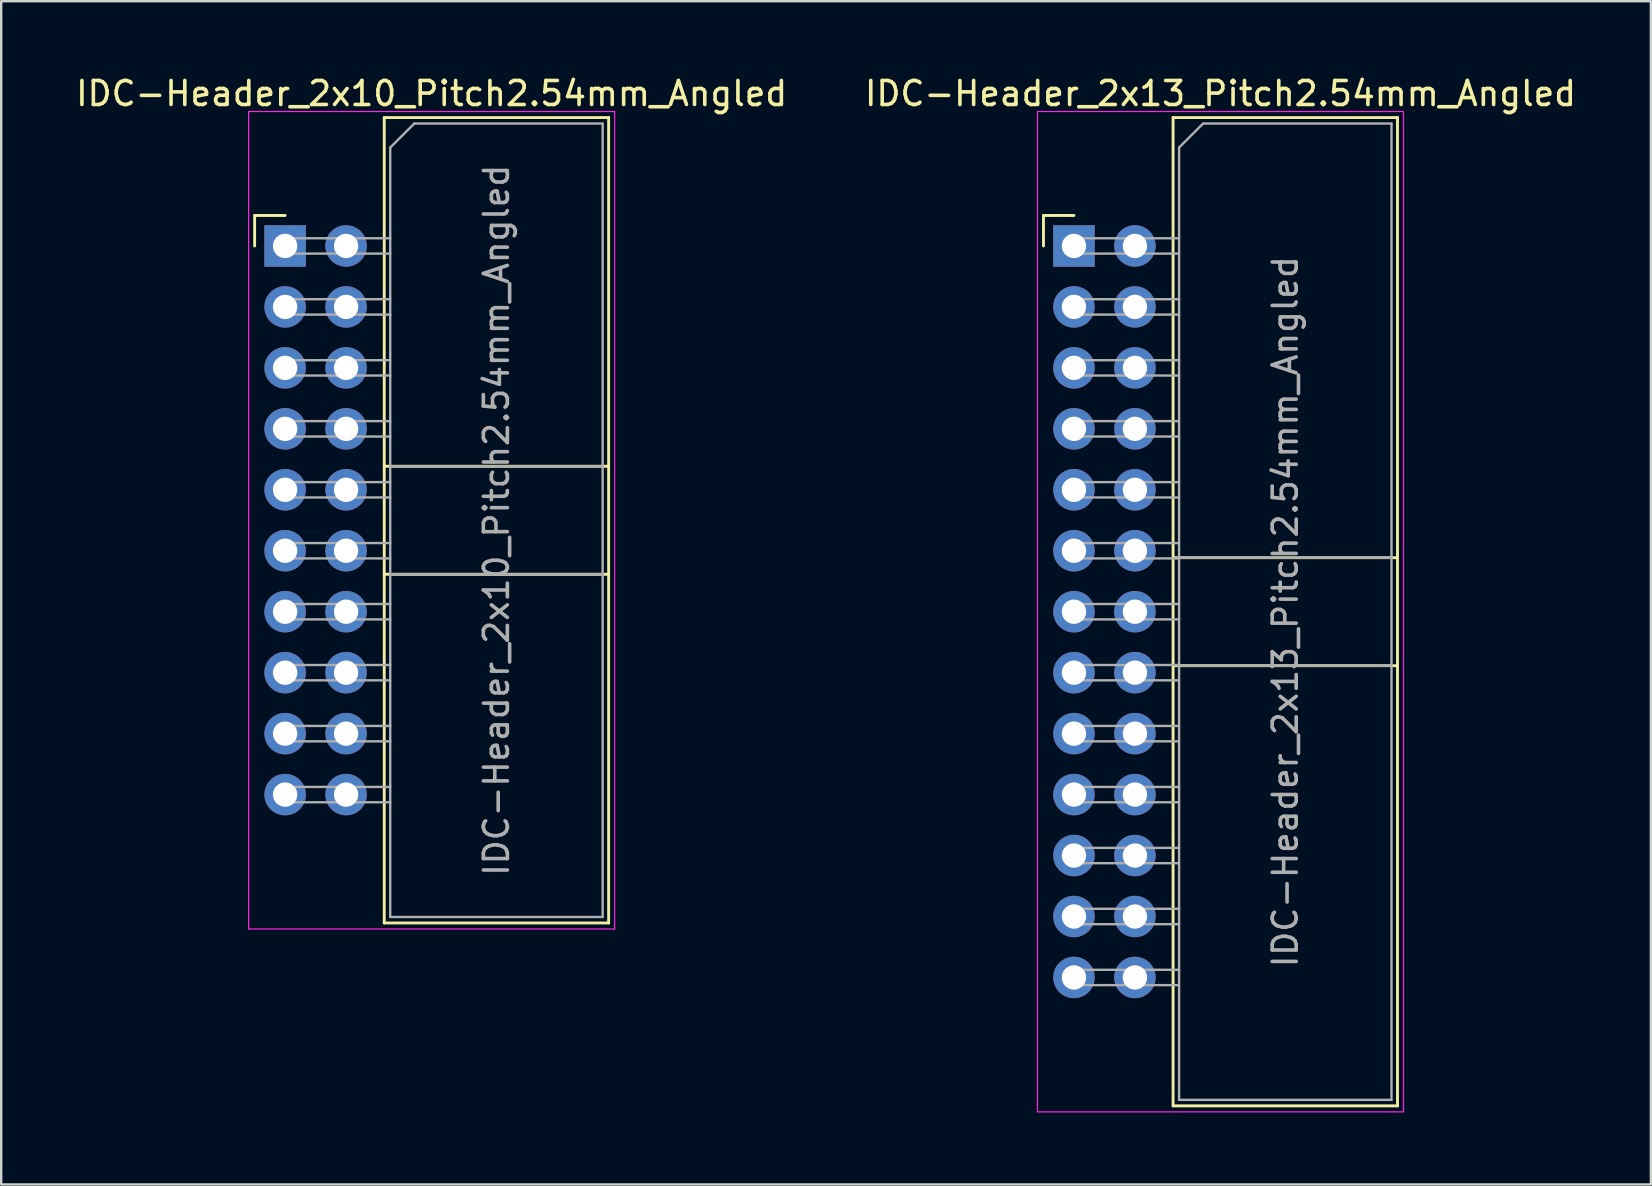
<source format=kicad_pcb>
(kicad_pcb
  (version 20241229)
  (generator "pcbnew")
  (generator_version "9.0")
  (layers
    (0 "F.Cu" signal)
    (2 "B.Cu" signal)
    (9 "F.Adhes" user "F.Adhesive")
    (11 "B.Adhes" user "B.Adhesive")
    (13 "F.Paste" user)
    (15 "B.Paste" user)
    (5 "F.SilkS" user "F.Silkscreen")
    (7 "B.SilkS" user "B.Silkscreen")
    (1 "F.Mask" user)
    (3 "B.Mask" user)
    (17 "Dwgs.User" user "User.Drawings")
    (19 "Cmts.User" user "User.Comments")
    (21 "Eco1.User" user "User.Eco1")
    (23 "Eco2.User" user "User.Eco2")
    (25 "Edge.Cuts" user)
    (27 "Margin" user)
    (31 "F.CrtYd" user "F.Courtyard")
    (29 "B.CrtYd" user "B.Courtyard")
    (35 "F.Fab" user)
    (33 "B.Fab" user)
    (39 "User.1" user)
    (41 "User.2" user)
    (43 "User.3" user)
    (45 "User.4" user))
  (footprint "IDC-Header_2x10_Pitch2.54mm_Angled"
    (layer "F.Cu")
    (at 8.83 7.198)
    (property "Reference" "IDC-Header_2x10_Pitch2.54mm_Angled" (at 6.105 -6.35 0) (layer "F.SilkS") (effects (font (size 1 1) (thickness 0.15))))
    (attr through_hole)
    (fp_line (start -1.27 -1.27) (end -1.27 0) (stroke (width 0.12) (type solid)) (layer "F.SilkS"))
    (fp_line (start 0 -1.27) (end -1.27 -1.27) (stroke (width 0.12) (type solid)) (layer "F.SilkS"))
    (fp_line (start 4.13 -5.35) (end 13.48 -5.35) (stroke (width 0.12) (type solid)) (layer "F.SilkS"))
    (fp_line (start 4.13 9.18) (end 13.48 9.18) (stroke (width 0.12) (type solid)) (layer "F.SilkS"))
    (fp_line (start 4.13 13.68) (end 13.48 13.68) (stroke (width 0.12) (type solid)) (layer "F.SilkS"))
    (fp_line (start 4.13 28.21) (end 4.13 -5.35) (stroke (width 0.12) (type solid)) (layer "F.SilkS"))
    (fp_line (start 4.13 28.21) (end 13.48 28.21) (stroke (width 0.12) (type solid)) (layer "F.SilkS"))
    (fp_line (start 13.48 -5.35) (end 13.48 28.21) (stroke (width 0.12) (type solid)) (layer "F.SilkS"))
    (fp_line (start -1.52 -5.6) (end 13.73 -5.6) (stroke (width 0.05) (type solid)) (layer "F.CrtYd"))
    (fp_line (start -1.52 28.46) (end -1.52 -5.6) (stroke (width 0.05) (type solid)) (layer "F.CrtYd"))
    (fp_line (start 13.73 -5.6) (end 13.73 28.46) (stroke (width 0.05) (type solid)) (layer "F.CrtYd"))
    (fp_line (start 13.73 28.46) (end -1.52 28.46) (stroke (width 0.05) (type solid)) (layer "F.CrtYd"))
    (fp_line (start -0.32 -0.32) (end -0.32 0.32) (stroke (width 0.1) (type solid)) (layer "F.Fab"))
    (fp_line (start -0.32 0.32) (end 4.38 0.32) (stroke (width 0.1) (type solid)) (layer "F.Fab"))
    (fp_line (start -0.32 2.22) (end -0.32 2.86) (stroke (width 0.1) (type solid)) (layer "F.Fab"))
    (fp_line (start -0.32 2.86) (end 4.38 2.86) (stroke (width 0.1) (type solid)) (layer "F.Fab"))
    (fp_line (start -0.32 4.76) (end -0.32 5.4) (stroke (width 0.1) (type solid)) (layer "F.Fab"))
    (fp_line (start -0.32 5.4) (end 4.38 5.4) (stroke (width 0.1) (type solid)) (layer "F.Fab"))
    (fp_line (start -0.32 7.3) (end -0.32 7.94) (stroke (width 0.1) (type solid)) (layer "F.Fab"))
    (fp_line (start -0.32 7.94) (end 4.38 7.94) (stroke (width 0.1) (type solid)) (layer "F.Fab"))
    (fp_line (start -0.32 9.84) (end -0.32 10.48) (stroke (width 0.1) (type solid)) (layer "F.Fab"))
    (fp_line (start -0.32 10.48) (end 4.38 10.48) (stroke (width 0.1) (type solid)) (layer "F.Fab"))
    (fp_line (start -0.32 12.38) (end -0.32 13.02) (stroke (width 0.1) (type solid)) (layer "F.Fab"))
    (fp_line (start -0.32 13.02) (end 4.38 13.02) (stroke (width 0.1) (type solid)) (layer "F.Fab"))
    (fp_line (start -0.32 14.92) (end -0.32 15.56) (stroke (width 0.1) (type solid)) (layer "F.Fab"))
    (fp_line (start -0.32 15.56) (end 4.38 15.56) (stroke (width 0.1) (type solid)) (layer "F.Fab"))
    (fp_line (start -0.32 17.46) (end -0.32 18.1) (stroke (width 0.1) (type solid)) (layer "F.Fab"))
    (fp_line (start -0.32 18.1) (end 4.38 18.1) (stroke (width 0.1) (type solid)) (layer "F.Fab"))
    (fp_line (start -0.32 20) (end -0.32 20.64) (stroke (width 0.1) (type solid)) (layer "F.Fab"))
    (fp_line (start -0.32 20.64) (end 4.38 20.64) (stroke (width 0.1) (type solid)) (layer "F.Fab"))
    (fp_line (start -0.32 22.54) (end -0.32 23.18) (stroke (width 0.1) (type solid)) (layer "F.Fab"))
    (fp_line (start -0.32 23.18) (end 4.38 23.18) (stroke (width 0.1) (type solid)) (layer "F.Fab"))
    (fp_line (start 4.38 -4.1) (end 5.38 -5.1) (stroke (width 0.1) (type solid)) (layer "F.Fab"))
    (fp_line (start 4.38 -0.32) (end -0.32 -0.32) (stroke (width 0.1) (type solid)) (layer "F.Fab"))
    (fp_line (start 4.38 2.22) (end -0.32 2.22) (stroke (width 0.1) (type solid)) (layer "F.Fab"))
    (fp_line (start 4.38 4.76) (end -0.32 4.76) (stroke (width 0.1) (type solid)) (layer "F.Fab"))
    (fp_line (start 4.38 7.3) (end -0.32 7.3) (stroke (width 0.1) (type solid)) (layer "F.Fab"))
    (fp_line (start 4.38 9.18) (end 13.23 9.18) (stroke (width 0.1) (type solid)) (layer "F.Fab"))
    (fp_line (start 4.38 9.84) (end -0.32 9.84) (stroke (width 0.1) (type solid)) (layer "F.Fab"))
    (fp_line (start 4.38 12.38) (end -0.32 12.38) (stroke (width 0.1) (type solid)) (layer "F.Fab"))
    (fp_line (start 4.38 13.68) (end 13.23 13.68) (stroke (width 0.1) (type solid)) (layer "F.Fab"))
    (fp_line (start 4.38 14.92) (end -0.32 14.92) (stroke (width 0.1) (type solid)) (layer "F.Fab"))
    (fp_line (start 4.38 17.46) (end -0.32 17.46) (stroke (width 0.1) (type solid)) (layer "F.Fab"))
    (fp_line (start 4.38 20) (end -0.32 20) (stroke (width 0.1) (type solid)) (layer "F.Fab"))
    (fp_line (start 4.38 22.54) (end -0.32 22.54) (stroke (width 0.1) (type solid)) (layer "F.Fab"))
    (fp_line (start 4.38 27.96) (end 4.38 -4.1) (stroke (width 0.1) (type solid)) (layer "F.Fab"))
    (fp_line (start 4.38 27.96) (end 13.23 27.96) (stroke (width 0.1) (type solid)) (layer "F.Fab"))
    (fp_line (start 5.38 -5.1) (end 13.23 -5.1) (stroke (width 0.1) (type solid)) (layer "F.Fab"))
    (fp_line (start 13.23 27.96) (end 13.23 -5.1) (stroke (width 0.1) (type solid)) (layer "F.Fab"))
    (fp_text user "${REFERENCE}" (at 8.805 11.43 90) (layer "F.Fab") (effects (font (size 1 1) (thickness 0.15))))
    (pad "1" thru_hole rect (at 0 0) (size 1.727 1.727) (drill 1.016) (layers "*.Cu" "*.Mask"))
    (pad "2" thru_hole oval (at 2.54 0) (size 1.727 1.727) (drill 1.016) (layers "*.Cu" "*.Mask"))
    (pad "3" thru_hole oval (at 0 2.54) (size 1.727 1.727) (drill 1.016) (layers "*.Cu" "*.Mask"))
    (pad "4" thru_hole oval (at 2.54 2.54) (size 1.727 1.727) (drill 1.016) (layers "*.Cu" "*.Mask"))
    (pad "5" thru_hole oval (at 0 5.08) (size 1.727 1.727) (drill 1.016) (layers "*.Cu" "*.Mask"))
    (pad "6" thru_hole oval (at 2.54 5.08) (size 1.727 1.727) (drill 1.016) (layers "*.Cu" "*.Mask"))
    (pad "7" thru_hole oval (at 0 7.62) (size 1.727 1.727) (drill 1.016) (layers "*.Cu" "*.Mask"))
    (pad "8" thru_hole oval (at 2.54 7.62) (size 1.727 1.727) (drill 1.016) (layers "*.Cu" "*.Mask"))
    (pad "9" thru_hole oval (at 0 10.16) (size 1.727 1.727) (drill 1.016) (layers "*.Cu" "*.Mask"))
    (pad "10" thru_hole oval (at 2.54 10.16) (size 1.727 1.727) (drill 1.016) (layers "*.Cu" "*.Mask"))
    (pad "11" thru_hole oval (at 0 12.7) (size 1.727 1.727) (drill 1.016) (layers "*.Cu" "*.Mask"))
    (pad "12" thru_hole oval (at 2.54 12.7) (size 1.727 1.727) (drill 1.016) (layers "*.Cu" "*.Mask"))
    (pad "13" thru_hole oval (at 0 15.24) (size 1.727 1.727) (drill 1.016) (layers "*.Cu" "*.Mask"))
    (pad "14" thru_hole oval (at 2.54 15.24) (size 1.727 1.727) (drill 1.016) (layers "*.Cu" "*.Mask"))
    (pad "15" thru_hole oval (at 0 17.78) (size 1.727 1.727) (drill 1.016) (layers "*.Cu" "*.Mask"))
    (pad "16" thru_hole oval (at 2.54 17.78) (size 1.727 1.727) (drill 1.016) (layers "*.Cu" "*.Mask"))
    (pad "17" thru_hole oval (at 0 20.32) (size 1.727 1.727) (drill 1.016) (layers "*.Cu" "*.Mask"))
    (pad "18" thru_hole oval (at 2.54 20.32) (size 1.727 1.727) (drill 1.016) (layers "*.Cu" "*.Mask"))
    (pad "19" thru_hole oval (at 0 22.86) (size 1.727 1.727) (drill 1.016) (layers "*.Cu" "*.Mask"))
    (pad "20" thru_hole oval (at 2.54 22.86) (size 1.727 1.727) (drill 1.016) (layers "*.Cu" "*.Mask")))
  (footprint "IDC-Header_2x13_Pitch2.54mm_Angled"
    (layer "F.Cu")
    (at 41.699 7.198)
    (property "Reference" "IDC-Header_2x13_Pitch2.54mm_Angled" (at 6.105 -6.35 0) (layer "F.SilkS") (effects (font (size 1 1) (thickness 0.15))))
    (attr through_hole)
    (fp_line (start -1.27 -1.27) (end -1.27 0) (stroke (width 0.12) (type solid)) (layer "F.SilkS"))
    (fp_line (start 0 -1.27) (end -1.27 -1.27) (stroke (width 0.12) (type solid)) (layer "F.SilkS"))
    (fp_line (start 4.13 -5.35) (end 13.48 -5.35) (stroke (width 0.12) (type solid)) (layer "F.SilkS"))
    (fp_line (start 4.13 12.99) (end 13.48 12.99) (stroke (width 0.12) (type solid)) (layer "F.SilkS"))
    (fp_line (start 4.13 17.49) (end 13.48 17.49) (stroke (width 0.12) (type solid)) (layer "F.SilkS"))
    (fp_line (start 4.13 35.83) (end 4.13 -5.35) (stroke (width 0.12) (type solid)) (layer "F.SilkS"))
    (fp_line (start 4.13 35.83) (end 13.48 35.83) (stroke (width 0.12) (type solid)) (layer "F.SilkS"))
    (fp_line (start 13.48 -5.35) (end 13.48 35.83) (stroke (width 0.12) (type solid)) (layer "F.SilkS"))
    (fp_line (start -1.52 -5.6) (end 13.73 -5.6) (stroke (width 0.05) (type solid)) (layer "F.CrtYd"))
    (fp_line (start -1.52 36.08) (end -1.52 -5.6) (stroke (width 0.05) (type solid)) (layer "F.CrtYd"))
    (fp_line (start 13.73 -5.6) (end 13.73 36.08) (stroke (width 0.05) (type solid)) (layer "F.CrtYd"))
    (fp_line (start 13.73 36.08) (end -1.52 36.08) (stroke (width 0.05) (type solid)) (layer "F.CrtYd"))
    (fp_line (start -0.32 -0.32) (end -0.32 0.32) (stroke (width 0.1) (type solid)) (layer "F.Fab"))
    (fp_line (start -0.32 0.32) (end 4.38 0.32) (stroke (width 0.1) (type solid)) (layer "F.Fab"))
    (fp_line (start -0.32 2.22) (end -0.32 2.86) (stroke (width 0.1) (type solid)) (layer "F.Fab"))
    (fp_line (start -0.32 2.86) (end 4.38 2.86) (stroke (width 0.1) (type solid)) (layer "F.Fab"))
    (fp_line (start -0.32 4.76) (end -0.32 5.4) (stroke (width 0.1) (type solid)) (layer "F.Fab"))
    (fp_line (start -0.32 5.4) (end 4.38 5.4) (stroke (width 0.1) (type solid)) (layer "F.Fab"))
    (fp_line (start -0.32 7.3) (end -0.32 7.94) (stroke (width 0.1) (type solid)) (layer "F.Fab"))
    (fp_line (start -0.32 7.94) (end 4.38 7.94) (stroke (width 0.1) (type solid)) (layer "F.Fab"))
    (fp_line (start -0.32 9.84) (end -0.32 10.48) (stroke (width 0.1) (type solid)) (layer "F.Fab"))
    (fp_line (start -0.32 10.48) (end 4.38 10.48) (stroke (width 0.1) (type solid)) (layer "F.Fab"))
    (fp_line (start -0.32 12.38) (end -0.32 13.02) (stroke (width 0.1) (type solid)) (layer "F.Fab"))
    (fp_line (start -0.32 13.02) (end 4.38 13.02) (stroke (width 0.1) (type solid)) (layer "F.Fab"))
    (fp_line (start -0.32 14.92) (end -0.32 15.56) (stroke (width 0.1) (type solid)) (layer "F.Fab"))
    (fp_line (start -0.32 15.56) (end 4.38 15.56) (stroke (width 0.1) (type solid)) (layer "F.Fab"))
    (fp_line (start -0.32 17.46) (end -0.32 18.1) (stroke (width 0.1) (type solid)) (layer "F.Fab"))
    (fp_line (start -0.32 18.1) (end 4.38 18.1) (stroke (width 0.1) (type solid)) (layer "F.Fab"))
    (fp_line (start -0.32 20) (end -0.32 20.64) (stroke (width 0.1) (type solid)) (layer "F.Fab"))
    (fp_line (start -0.32 20.64) (end 4.38 20.64) (stroke (width 0.1) (type solid)) (layer "F.Fab"))
    (fp_line (start -0.32 22.54) (end -0.32 23.18) (stroke (width 0.1) (type solid)) (layer "F.Fab"))
    (fp_line (start -0.32 23.18) (end 4.38 23.18) (stroke (width 0.1) (type solid)) (layer "F.Fab"))
    (fp_line (start -0.32 25.08) (end -0.32 25.72) (stroke (width 0.1) (type solid)) (layer "F.Fab"))
    (fp_line (start -0.32 25.72) (end 4.38 25.72) (stroke (width 0.1) (type solid)) (layer "F.Fab"))
    (fp_line (start -0.32 27.62) (end -0.32 28.26) (stroke (width 0.1) (type solid)) (layer "F.Fab"))
    (fp_line (start -0.32 28.26) (end 4.38 28.26) (stroke (width 0.1) (type solid)) (layer "F.Fab"))
    (fp_line (start -0.32 30.16) (end -0.32 30.8) (stroke (width 0.1) (type solid)) (layer "F.Fab"))
    (fp_line (start -0.32 30.8) (end 4.38 30.8) (stroke (width 0.1) (type solid)) (layer "F.Fab"))
    (fp_line (start 4.38 -4.1) (end 5.38 -5.1) (stroke (width 0.1) (type solid)) (layer "F.Fab"))
    (fp_line (start 4.38 -0.32) (end -0.32 -0.32) (stroke (width 0.1) (type solid)) (layer "F.Fab"))
    (fp_line (start 4.38 2.22) (end -0.32 2.22) (stroke (width 0.1) (type solid)) (layer "F.Fab"))
    (fp_line (start 4.38 4.76) (end -0.32 4.76) (stroke (width 0.1) (type solid)) (layer "F.Fab"))
    (fp_line (start 4.38 7.3) (end -0.32 7.3) (stroke (width 0.1) (type solid)) (layer "F.Fab"))
    (fp_line (start 4.38 9.84) (end -0.32 9.84) (stroke (width 0.1) (type solid)) (layer "F.Fab"))
    (fp_line (start 4.38 12.38) (end -0.32 12.38) (stroke (width 0.1) (type solid)) (layer "F.Fab"))
    (fp_line (start 4.38 12.99) (end 13.23 12.99) (stroke (width 0.1) (type solid)) (layer "F.Fab"))
    (fp_line (start 4.38 14.92) (end -0.32 14.92) (stroke (width 0.1) (type solid)) (layer "F.Fab"))
    (fp_line (start 4.38 17.46) (end -0.32 17.46) (stroke (width 0.1) (type solid)) (layer "F.Fab"))
    (fp_line (start 4.38 17.49) (end 13.23 17.49) (stroke (width 0.1) (type solid)) (layer "F.Fab"))
    (fp_line (start 4.38 20) (end -0.32 20) (stroke (width 0.1) (type solid)) (layer "F.Fab"))
    (fp_line (start 4.38 22.54) (end -0.32 22.54) (stroke (width 0.1) (type solid)) (layer "F.Fab"))
    (fp_line (start 4.38 25.08) (end -0.32 25.08) (stroke (width 0.1) (type solid)) (layer "F.Fab"))
    (fp_line (start 4.38 27.62) (end -0.32 27.62) (stroke (width 0.1) (type solid)) (layer "F.Fab"))
    (fp_line (start 4.38 30.16) (end -0.32 30.16) (stroke (width 0.1) (type solid)) (layer "F.Fab"))
    (fp_line (start 4.38 35.58) (end 4.38 -4.1) (stroke (width 0.1) (type solid)) (layer "F.Fab"))
    (fp_line (start 4.38 35.58) (end 13.23 35.58) (stroke (width 0.1) (type solid)) (layer "F.Fab"))
    (fp_line (start 5.38 -5.1) (end 13.23 -5.1) (stroke (width 0.1) (type solid)) (layer "F.Fab"))
    (fp_line (start 13.23 35.58) (end 13.23 -5.1) (stroke (width 0.1) (type solid)) (layer "F.Fab"))
    (fp_text user "${REFERENCE}" (at 8.805 15.24 90) (layer "F.Fab") (effects (font (size 1 1) (thickness 0.15))))
    (pad "1" thru_hole rect (at 0 0) (size 1.727 1.727) (drill 1.016) (layers "*.Cu" "*.Mask"))
    (pad "2" thru_hole oval (at 2.54 0) (size 1.727 1.727) (drill 1.016) (layers "*.Cu" "*.Mask"))
    (pad "3" thru_hole oval (at 0 2.54) (size 1.727 1.727) (drill 1.016) (layers "*.Cu" "*.Mask"))
    (pad "4" thru_hole oval (at 2.54 2.54) (size 1.727 1.727) (drill 1.016) (layers "*.Cu" "*.Mask"))
    (pad "5" thru_hole oval (at 0 5.08) (size 1.727 1.727) (drill 1.016) (layers "*.Cu" "*.Mask"))
    (pad "6" thru_hole oval (at 2.54 5.08) (size 1.727 1.727) (drill 1.016) (layers "*.Cu" "*.Mask"))
    (pad "7" thru_hole oval (at 0 7.62) (size 1.727 1.727) (drill 1.016) (layers "*.Cu" "*.Mask"))
    (pad "8" thru_hole oval (at 2.54 7.62) (size 1.727 1.727) (drill 1.016) (layers "*.Cu" "*.Mask"))
    (pad "9" thru_hole oval (at 0 10.16) (size 1.727 1.727) (drill 1.016) (layers "*.Cu" "*.Mask"))
    (pad "10" thru_hole oval (at 2.54 10.16) (size 1.727 1.727) (drill 1.016) (layers "*.Cu" "*.Mask"))
    (pad "11" thru_hole oval (at 0 12.7) (size 1.727 1.727) (drill 1.016) (layers "*.Cu" "*.Mask"))
    (pad "12" thru_hole oval (at 2.54 12.7) (size 1.727 1.727) (drill 1.016) (layers "*.Cu" "*.Mask"))
    (pad "13" thru_hole oval (at 0 15.24) (size 1.727 1.727) (drill 1.016) (layers "*.Cu" "*.Mask"))
    (pad "14" thru_hole oval (at 2.54 15.24) (size 1.727 1.727) (drill 1.016) (layers "*.Cu" "*.Mask"))
    (pad "15" thru_hole oval (at 0 17.78) (size 1.727 1.727) (drill 1.016) (layers "*.Cu" "*.Mask"))
    (pad "16" thru_hole oval (at 2.54 17.78) (size 1.727 1.727) (drill 1.016) (layers "*.Cu" "*.Mask"))
    (pad "17" thru_hole oval (at 0 20.32) (size 1.727 1.727) (drill 1.016) (layers "*.Cu" "*.Mask"))
    (pad "18" thru_hole oval (at 2.54 20.32) (size 1.727 1.727) (drill 1.016) (layers "*.Cu" "*.Mask"))
    (pad "19" thru_hole oval (at 0 22.86) (size 1.727 1.727) (drill 1.016) (layers "*.Cu" "*.Mask"))
    (pad "20" thru_hole oval (at 2.54 22.86) (size 1.727 1.727) (drill 1.016) (layers "*.Cu" "*.Mask"))
    (pad "21" thru_hole oval (at 0 25.4) (size 1.727 1.727) (drill 1.016) (layers "*.Cu" "*.Mask"))
    (pad "22" thru_hole oval (at 2.54 25.4) (size 1.727 1.727) (drill 1.016) (layers "*.Cu" "*.Mask"))
    (pad "23" thru_hole oval (at 0 27.94) (size 1.727 1.727) (drill 1.016) (layers "*.Cu" "*.Mask"))
    (pad "24" thru_hole oval (at 2.54 27.94) (size 1.727 1.727) (drill 1.016) (layers "*.Cu" "*.Mask"))
    (pad "25" thru_hole oval (at 0 30.48) (size 1.727 1.727) (drill 1.016) (layers "*.Cu" "*.Mask"))
    (pad "26" thru_hole oval (at 2.54 30.48) (size 1.727 1.727) (drill 1.016) (layers "*.Cu" "*.Mask")))
  (gr_rect
    (start -3 -3)
    (end 65.738 46.303)
    (stroke (width 0.1) (type default))
    (fill no)
    (layer "Edge.Cuts")))
</source>
